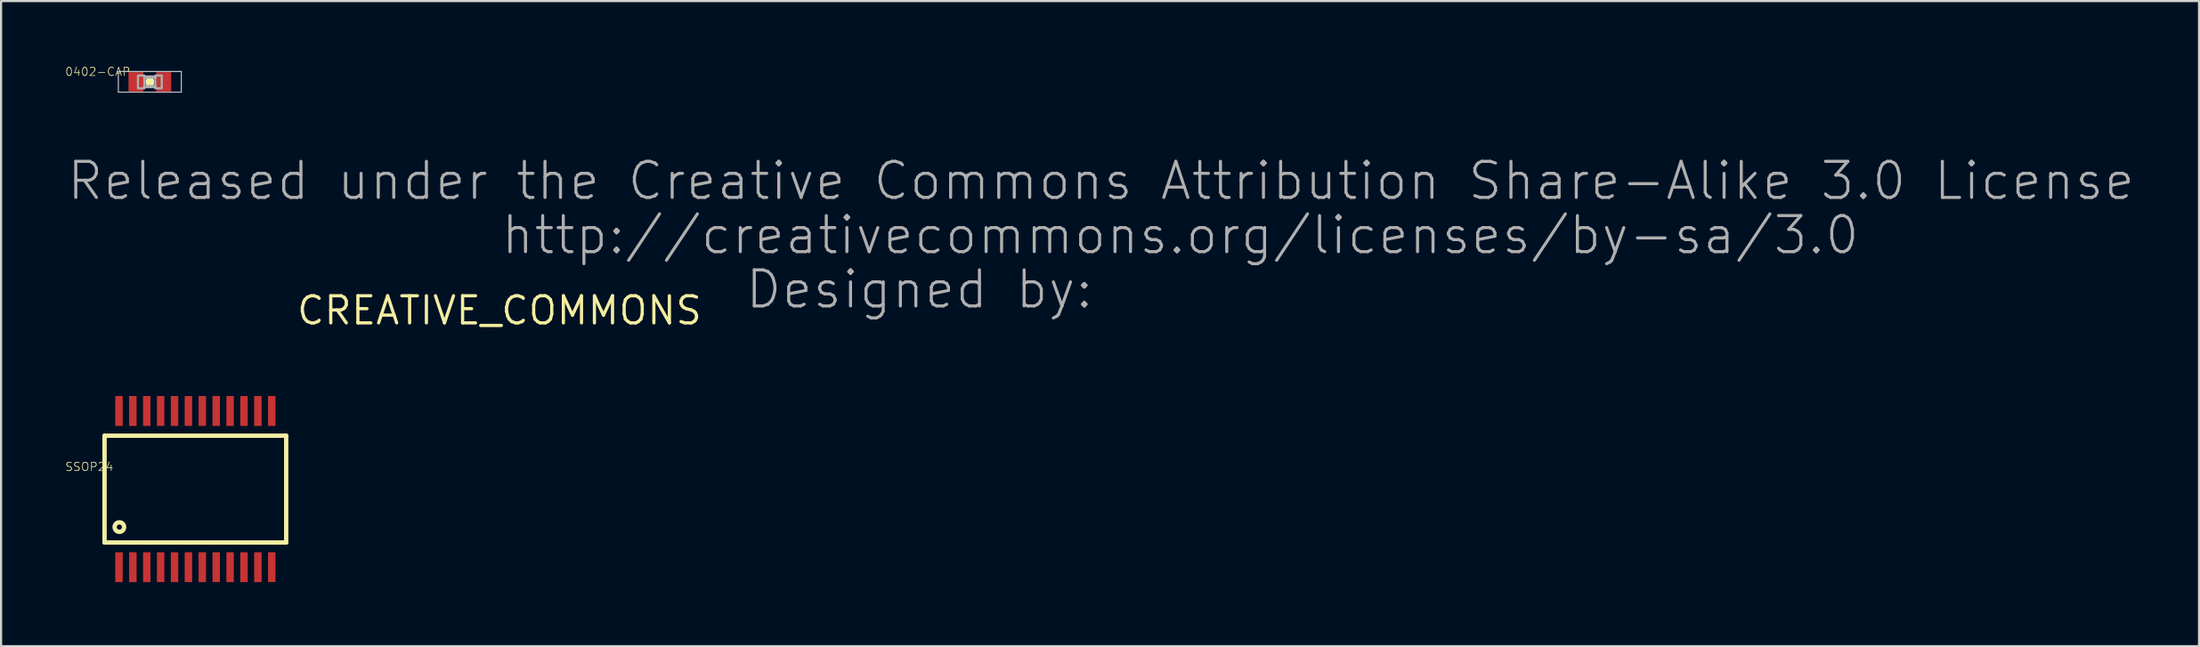
<source format=kicad_pcb>
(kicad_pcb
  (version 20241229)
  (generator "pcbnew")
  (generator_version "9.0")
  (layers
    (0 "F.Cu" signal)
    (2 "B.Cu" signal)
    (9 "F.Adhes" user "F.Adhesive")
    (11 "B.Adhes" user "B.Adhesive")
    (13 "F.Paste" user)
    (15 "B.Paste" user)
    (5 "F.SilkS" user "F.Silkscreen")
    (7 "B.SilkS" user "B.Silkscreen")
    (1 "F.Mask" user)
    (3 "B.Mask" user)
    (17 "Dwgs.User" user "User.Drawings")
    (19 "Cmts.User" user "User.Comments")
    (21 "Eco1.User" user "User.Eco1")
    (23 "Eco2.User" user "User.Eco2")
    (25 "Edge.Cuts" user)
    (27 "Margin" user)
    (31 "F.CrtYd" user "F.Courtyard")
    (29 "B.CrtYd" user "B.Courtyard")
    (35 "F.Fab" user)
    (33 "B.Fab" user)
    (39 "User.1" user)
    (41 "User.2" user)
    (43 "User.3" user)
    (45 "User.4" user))
  (footprint "0402-CAP"
    (layer "F.Cu")
    (at 3.961 0.781)
    (property "Reference" "0402-CAP" (at -0.889 -0.699 0) (layer "F.SilkS") (effects (font (size 0.386 0.386) (thickness 0.033)) (justify right top)))
    (attr through_hole)
    (fp_line (start 0 -0.03) (end 0 0.03) (stroke (width 0.406) (type solid)) (layer "F.SilkS"))
    (fp_poly (pts (xy -0.2 0.3) (xy 0.2 0.3) (xy 0.2 -0.3) (xy -0.2 -0.3)) (stroke (width 0) (type solid)) (fill yes) (layer "F.Adhes"))
    (fp_line (start -1.473 -0.483) (end 1.473 -0.483) (stroke (width 0.051) (type solid)) (layer "Dwgs.User"))
    (fp_line (start -1.473 0.483) (end -1.473 -0.483) (stroke (width 0.051) (type solid)) (layer "Dwgs.User"))
    (fp_line (start 1.473 -0.483) (end 1.473 0.483) (stroke (width 0.051) (type solid)) (layer "Dwgs.User"))
    (fp_line (start 1.473 0.483) (end -1.473 0.483) (stroke (width 0.051) (type solid)) (layer "Dwgs.User"))
    (fp_line (start -0.245 -0.224) (end 0.245 -0.224) (stroke (width 0.152) (type solid)) (layer "F.Fab"))
    (fp_line (start 0.245 0.224) (end -0.245 0.224) (stroke (width 0.152) (type solid)) (layer "F.Fab"))
    (fp_poly (pts (xy -0.554 0.305) (xy -0.254 0.305) (xy -0.254 -0.295) (xy -0.554 -0.295)) (stroke (width 0.1) (type solid)) (fill no) (layer "F.Fab"))
    (fp_poly (pts (xy 0.259 0.305) (xy 0.559 0.305) (xy 0.559 -0.295) (xy 0.259 -0.295)) (stroke (width 0.1) (type solid)) (fill no) (layer "F.Fab"))
    (pad "1" smd rect (at -0.65 0) (size 0.7 0.9) (layers "F.Cu" "F.Mask" "F.Paste"))
    (pad "2" smd rect (at 0.65 0) (size 0.7 0.9) (layers "F.Cu" "F.Mask" "F.Paste")))
  (footprint "CREATIVE_COMMONS"
    (layer "F.Cu")
    (at 20.32 11.485)
    (property "Reference" "CREATIVE_COMMONS" (at 0 0 0) (layer "F.SilkS") (effects (font (size 1.27 1.27) (thickness 0.15))))
    (attr through_hole)
    (fp_text user "http://creativecommons.org/licenses/by-sa/3.0" (at 0 -2.54 0) (layer "F.Fab") (effects (font (size 1.689 1.689) (thickness 0.142)) (justify left bottom)))
    (fp_text user "Designed by:" (at 11.43 0 0) (layer "F.Fab") (effects (font (size 1.689 1.689) (thickness 0.142)) (justify left bottom)))
    (fp_text user "Released under the Creative Commons Attribution Share-Alike 3.0 License" (at -20.32 -5.08 0) (layer "F.Fab") (effects (font (size 1.689 1.689) (thickness 0.142)) (justify left bottom))))
  (footprint "SSOP24"
    (layer "F.Cu")
    (at 6.092 19.846)
    (property "Reference" "SSOP24" (at -3.81 -1.27 0) (layer "F.SilkS") (effects (font (size 0.386 0.386) (thickness 0.033)) (justify right top)))
    (attr through_hole)
    (fp_line (start -4.25 -2.5) (end 4.25 -2.5) (stroke (width 0.203) (type solid)) (layer "F.SilkS"))
    (fp_line (start -4.25 2.5) (end -4.25 -2.5) (stroke (width 0.203) (type solid)) (layer "F.SilkS"))
    (fp_line (start 4.25 -2.5) (end 4.25 2.5) (stroke (width 0.203) (type solid)) (layer "F.SilkS"))
    (fp_line (start 4.25 2.5) (end -4.25 2.5) (stroke (width 0.203) (type solid)) (layer "F.SilkS"))
    (fp_circle (center -3.556 1.778) (end -3.333 1.778) (stroke (width 0.203) (type solid)) (fill no) (layer "F.SilkS"))
    (pad "1" smd rect (at -3.575 3.656) (size 0.348 1.397) (layers "F.Cu" "F.Mask" "F.Paste"))
    (pad "2" smd rect (at -2.925 3.656) (size 0.348 1.397) (layers "F.Cu" "F.Mask" "F.Paste"))
    (pad "3" smd rect (at -2.275 3.656) (size 0.348 1.397) (layers "F.Cu" "F.Mask" "F.Paste"))
    (pad "4" smd rect (at -1.625 3.656) (size 0.348 1.397) (layers "F.Cu" "F.Mask" "F.Paste"))
    (pad "5" smd rect (at -0.975 3.656) (size 0.348 1.397) (layers "F.Cu" "F.Mask" "F.Paste"))
    (pad "6" smd rect (at -0.325 3.656) (size 0.348 1.397) (layers "F.Cu" "F.Mask" "F.Paste"))
    (pad "7" smd rect (at 0.325 3.656) (size 0.348 1.397) (layers "F.Cu" "F.Mask" "F.Paste"))
    (pad "8" smd rect (at 0.975 3.656) (size 0.348 1.397) (layers "F.Cu" "F.Mask" "F.Paste"))
    (pad "9" smd rect (at 1.625 3.656) (size 0.348 1.397) (layers "F.Cu" "F.Mask" "F.Paste"))
    (pad "10" smd rect (at 2.275 3.656) (size 0.348 1.397) (layers "F.Cu" "F.Mask" "F.Paste"))
    (pad "11" smd rect (at 2.925 3.656) (size 0.348 1.397) (layers "F.Cu" "F.Mask" "F.Paste"))
    (pad "12" smd rect (at 3.575 3.656) (size 0.348 1.397) (layers "F.Cu" "F.Mask" "F.Paste"))
    (pad "13" smd rect (at 3.575 -3.656 180) (size 0.348 1.397) (layers "F.Cu" "F.Mask" "F.Paste"))
    (pad "14" smd rect (at 2.925 -3.656 180) (size 0.348 1.397) (layers "F.Cu" "F.Mask" "F.Paste"))
    (pad "15" smd rect (at 2.275 -3.656) (size 0.348 1.397) (layers "F.Cu" "F.Mask" "F.Paste"))
    (pad "16" smd rect (at 1.625 -3.656) (size 0.348 1.397) (layers "F.Cu" "F.Mask" "F.Paste"))
    (pad "17" smd rect (at 0.975 -3.656) (size 0.348 1.397) (layers "F.Cu" "F.Mask" "F.Paste"))
    (pad "18" smd rect (at 0.325 -3.656) (size 0.348 1.397) (layers "F.Cu" "F.Mask" "F.Paste"))
    (pad "19" smd rect (at -0.325 -3.656) (size 0.348 1.397) (layers "F.Cu" "F.Mask" "F.Paste"))
    (pad "20" smd rect (at -0.975 -3.656) (size 0.348 1.397) (layers "F.Cu" "F.Mask" "F.Paste"))
    (pad "21" smd rect (at -1.625 -3.656) (size 0.348 1.397) (layers "F.Cu" "F.Mask" "F.Paste"))
    (pad "22" smd rect (at -2.275 -3.656) (size 0.348 1.397) (layers "F.Cu" "F.Mask" "F.Paste"))
    (pad "23" smd rect (at -2.925 -3.656) (size 0.348 1.397) (layers "F.Cu" "F.Mask" "F.Paste"))
    (pad "24" smd rect (at -3.575 -3.656) (size 0.348 1.397) (layers "F.Cu" "F.Mask" "F.Paste")))
  (gr_rect
    (start -3 -3)
    (end 99.85 27.2)
    (stroke (width 0.1) (type default))
    (fill no)
    (layer "Edge.Cuts")))
</source>
